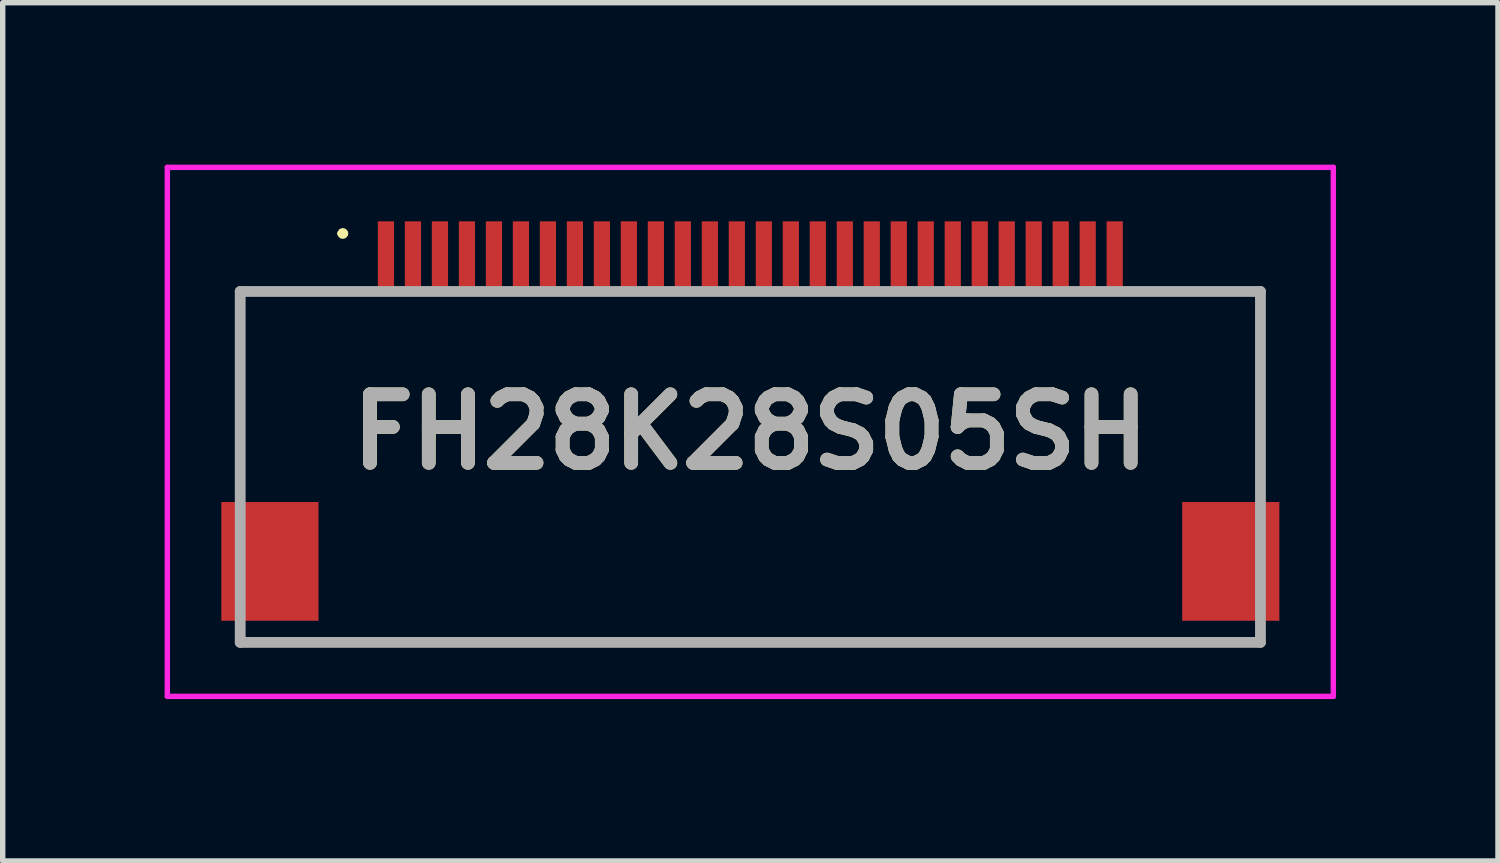
<source format=kicad_pcb>
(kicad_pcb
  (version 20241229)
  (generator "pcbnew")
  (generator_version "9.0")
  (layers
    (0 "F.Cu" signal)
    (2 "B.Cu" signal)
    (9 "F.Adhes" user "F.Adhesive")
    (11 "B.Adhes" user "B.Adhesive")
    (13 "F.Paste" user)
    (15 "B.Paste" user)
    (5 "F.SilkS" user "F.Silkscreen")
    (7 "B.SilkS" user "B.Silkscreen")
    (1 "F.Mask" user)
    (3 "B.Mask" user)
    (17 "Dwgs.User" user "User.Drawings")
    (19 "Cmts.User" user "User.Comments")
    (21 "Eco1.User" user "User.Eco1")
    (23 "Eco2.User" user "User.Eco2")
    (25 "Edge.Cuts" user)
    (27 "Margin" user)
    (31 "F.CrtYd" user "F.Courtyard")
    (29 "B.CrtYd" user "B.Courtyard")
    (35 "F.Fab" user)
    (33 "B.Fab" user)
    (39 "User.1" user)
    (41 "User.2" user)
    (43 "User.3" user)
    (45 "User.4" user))
  (footprint "FH28K28S05SH"
    (layer "F.Cu")
    (at 10.85 5.275)
    (property "Reference" "FH28K28S05SH" (at 0 -0.325 0) (layer "F.SilkS") (effects (font (size 1.27 1.27) (thickness 0.254))))
    (attr smd)
    (fp_line (start -9.45 -2.925) (end -7.5 -2.925) (stroke (width 0.1) (type solid)) (layer "F.SilkS"))
    (fp_line (start -9.45 0.5) (end -9.45 -2.925) (stroke (width 0.1) (type solid)) (layer "F.SilkS"))
    (fp_line (start -8.5 3.575) (end 8.9 3.575) (stroke (width 0.1) (type solid)) (layer "F.SilkS"))
    (fp_line (start -7.6 -4) (end -7.6 -4) (stroke (width 0.1) (type solid)) (layer "F.SilkS"))
    (fp_line (start -7.5 -4) (end -7.5 -4) (stroke (width 0.1) (type solid)) (layer "F.SilkS"))
    (fp_line (start 7.5 -2.925) (end 9.45 -2.925) (stroke (width 0.1) (type solid)) (layer "F.SilkS"))
    (fp_line (start 9.45 -2.925) (end 9.45 0.5) (stroke (width 0.1) (type solid)) (layer "F.SilkS"))
    (fp_arc (start -7.6 -4) (mid -7.55 -4.05) (end -7.5 -4) (stroke (width 0.1) (type solid)) (layer "F.SilkS"))
    (fp_arc (start -7.5 -4) (mid -7.55 -3.95) (end -7.6 -4) (stroke (width 0.1) (type solid)) (layer "F.SilkS"))
    (fp_line (start -10.8 -5.225) (end 10.8 -5.225) (stroke (width 0.1) (type solid)) (layer "F.CrtYd"))
    (fp_line (start -10.8 4.575) (end -10.8 -5.225) (stroke (width 0.1) (type solid)) (layer "F.CrtYd"))
    (fp_line (start 10.8 -5.225) (end 10.8 4.575) (stroke (width 0.1) (type solid)) (layer "F.CrtYd"))
    (fp_line (start 10.8 4.575) (end -10.8 4.575) (stroke (width 0.1) (type solid)) (layer "F.CrtYd"))
    (fp_line (start -9.45 -2.925) (end 9.45 -2.925) (stroke (width 0.2) (type solid)) (layer "F.Fab"))
    (fp_line (start -9.45 3.575) (end -9.45 -2.925) (stroke (width 0.2) (type solid)) (layer "F.Fab"))
    (fp_line (start 9.45 -2.925) (end 9.45 3.575) (stroke (width 0.2) (type solid)) (layer "F.Fab"))
    (fp_line (start 9.45 3.575) (end -9.45 3.575) (stroke (width 0.2) (type solid)) (layer "F.Fab"))
    (fp_text user "${REFERENCE}" (at 0 -0.325 0) (layer "F.Fab") (effects (font (size 1.27 1.27) (thickness 0.254))))
    (pad "1" smd rect (at -6.75 -3.575) (size 0.3 1.3) (layers "F.Cu" "F.Mask" "F.Paste"))
    (pad "2" smd rect (at -6.25 -3.575) (size 0.3 1.3) (layers "F.Cu" "F.Mask" "F.Paste"))
    (pad "3" smd rect (at -5.75 -3.575) (size 0.3 1.3) (layers "F.Cu" "F.Mask" "F.Paste"))
    (pad "4" smd rect (at -5.25 -3.575) (size 0.3 1.3) (layers "F.Cu" "F.Mask" "F.Paste"))
    (pad "5" smd rect (at -4.75 -3.575) (size 0.3 1.3) (layers "F.Cu" "F.Mask" "F.Paste"))
    (pad "6" smd rect (at -4.25 -3.575) (size 0.3 1.3) (layers "F.Cu" "F.Mask" "F.Paste"))
    (pad "7" smd rect (at -3.75 -3.575) (size 0.3 1.3) (layers "F.Cu" "F.Mask" "F.Paste"))
    (pad "8" smd rect (at -3.25 -3.575) (size 0.3 1.3) (layers "F.Cu" "F.Mask" "F.Paste"))
    (pad "9" smd rect (at -2.75 -3.575) (size 0.3 1.3) (layers "F.Cu" "F.Mask" "F.Paste"))
    (pad "10" smd rect (at -2.25 -3.575) (size 0.3 1.3) (layers "F.Cu" "F.Mask" "F.Paste"))
    (pad "11" smd rect (at -1.75 -3.575) (size 0.3 1.3) (layers "F.Cu" "F.Mask" "F.Paste"))
    (pad "12" smd rect (at -1.25 -3.575) (size 0.3 1.3) (layers "F.Cu" "F.Mask" "F.Paste"))
    (pad "13" smd rect (at -0.75 -3.575) (size 0.3 1.3) (layers "F.Cu" "F.Mask" "F.Paste"))
    (pad "14" smd rect (at -0.25 -3.575) (size 0.3 1.3) (layers "F.Cu" "F.Mask" "F.Paste"))
    (pad "15" smd rect (at 0.25 -3.575) (size 0.3 1.3) (layers "F.Cu" "F.Mask" "F.Paste"))
    (pad "16" smd rect (at 0.75 -3.575) (size 0.3 1.3) (layers "F.Cu" "F.Mask" "F.Paste"))
    (pad "17" smd rect (at 1.25 -3.575) (size 0.3 1.3) (layers "F.Cu" "F.Mask" "F.Paste"))
    (pad "18" smd rect (at 1.75 -3.575) (size 0.3 1.3) (layers "F.Cu" "F.Mask" "F.Paste"))
    (pad "19" smd rect (at 2.25 -3.575) (size 0.3 1.3) (layers "F.Cu" "F.Mask" "F.Paste"))
    (pad "20" smd rect (at 2.75 -3.575) (size 0.3 1.3) (layers "F.Cu" "F.Mask" "F.Paste"))
    (pad "21" smd rect (at 3.25 -3.575) (size 0.3 1.3) (layers "F.Cu" "F.Mask" "F.Paste"))
    (pad "22" smd rect (at 3.75 -3.575) (size 0.3 1.3) (layers "F.Cu" "F.Mask" "F.Paste"))
    (pad "23" smd rect (at 4.25 -3.575) (size 0.3 1.3) (layers "F.Cu" "F.Mask" "F.Paste"))
    (pad "24" smd rect (at 4.75 -3.575) (size 0.3 1.3) (layers "F.Cu" "F.Mask" "F.Paste"))
    (pad "25" smd rect (at 5.25 -3.575) (size 0.3 1.3) (layers "F.Cu" "F.Mask" "F.Paste"))
    (pad "26" smd rect (at 5.75 -3.575) (size 0.3 1.3) (layers "F.Cu" "F.Mask" "F.Paste"))
    (pad "27" smd rect (at 6.25 -3.575) (size 0.3 1.3) (layers "F.Cu" "F.Mask" "F.Paste"))
    (pad "28" smd rect (at 6.75 -3.575) (size 0.3 1.3) (layers "F.Cu" "F.Mask" "F.Paste"))
    (pad "MP1" smd rect (at -8.9 2.075) (size 1.8 2.2) (layers "F.Cu" "F.Mask" "F.Paste"))
    (pad "MP2" smd rect (at 8.9 2.075) (size 1.8 2.2) (layers "F.Cu" "F.Mask" "F.Paste")))
  (gr_rect
    (start -3 -3)
    (end 24.7 12.9)
    (stroke (width 0.1) (type default))
    (fill no)
    (layer "Edge.Cuts")))
</source>
